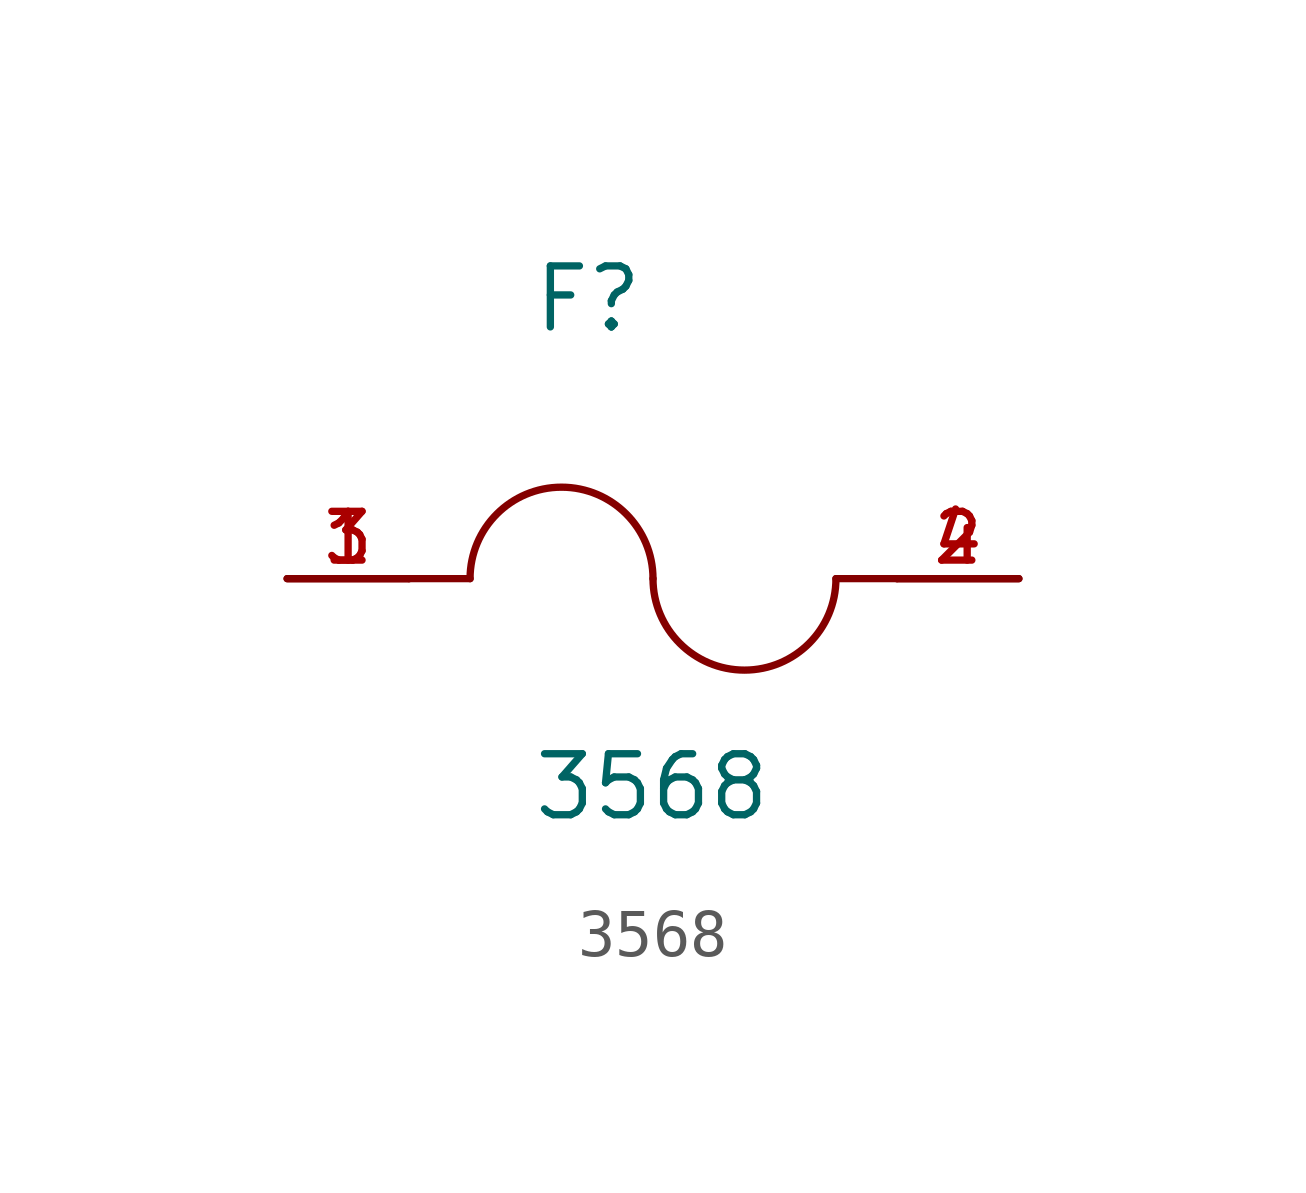
<source format=kicad_sym>
(kicad_symbol_lib
  (version 20211014)
  (generator kicad_symbol_editor)
  (symbol "3568"
    (pin_names
      (offset 1.016))
    (property "Reference" "F"
      (at -2.54 5.08 0)
      (effects (font (size 1.27 1.27)) (justify bottom left)))
    (property "Value" "3568"
      (at -2.54 -5.08 0)
      (effects (font (size 1.27 1.27)) (justify bottom left)))
    (symbol "3568_0_0"
      (arc (start 0.0 0.0) (mid -1.905 1.905) (end -3.81 0.0) (stroke (width 0.1524) (type default) (color 0 0 0 0)) (fill (type none)))
      (arc (start 3.81 0.0) (mid 1.905 -1.905) (end 0.0 0.0) (stroke (width 0.1524) (type default) (color 0 0 0 0)) (fill (type none)))
      (polyline (pts (xy 5.08 0.0) (xy 3.81 0.0)) (stroke (width 0.152)))
      (polyline (pts (xy -5.08 0.0) (xy -3.81 0.0)) (stroke (width 0.152)))
      (pin passive line (at 7.62 0.0 180.0) (length 2.54) (name "~" (effects (font (size 1.016 1.016)))) (number "2" (effects (font (size 1.016 1.016)))))
      (pin passive line (at 7.62 0.0 180.0) (length 2.54) (name "~" (effects (font (size 1.016 1.016)))) (number "4" (effects (font (size 1.016 1.016)))))
      (pin passive line (at -7.62 0.0 0) (length 2.54) (name "~" (effects (font (size 1.016 1.016)))) (number "1" (effects (font (size 1.016 1.016)))))
      (pin passive line (at -7.62 0.0 0) (length 2.54) (name "~" (effects (font (size 1.016 1.016)))) (number "3" (effects (font (size 1.016 1.016))))))))
</source>
